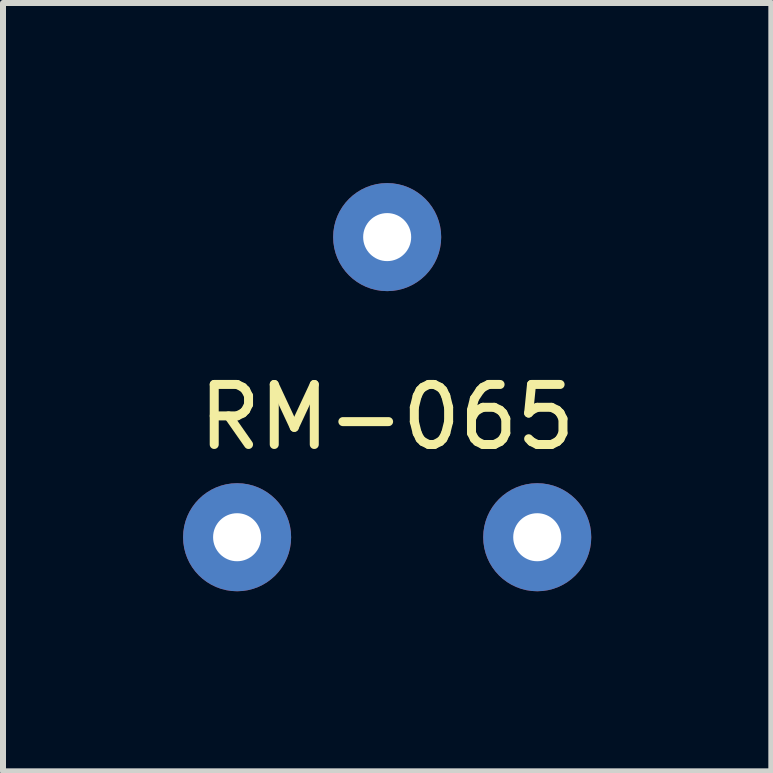
<source format=kicad_pcb>
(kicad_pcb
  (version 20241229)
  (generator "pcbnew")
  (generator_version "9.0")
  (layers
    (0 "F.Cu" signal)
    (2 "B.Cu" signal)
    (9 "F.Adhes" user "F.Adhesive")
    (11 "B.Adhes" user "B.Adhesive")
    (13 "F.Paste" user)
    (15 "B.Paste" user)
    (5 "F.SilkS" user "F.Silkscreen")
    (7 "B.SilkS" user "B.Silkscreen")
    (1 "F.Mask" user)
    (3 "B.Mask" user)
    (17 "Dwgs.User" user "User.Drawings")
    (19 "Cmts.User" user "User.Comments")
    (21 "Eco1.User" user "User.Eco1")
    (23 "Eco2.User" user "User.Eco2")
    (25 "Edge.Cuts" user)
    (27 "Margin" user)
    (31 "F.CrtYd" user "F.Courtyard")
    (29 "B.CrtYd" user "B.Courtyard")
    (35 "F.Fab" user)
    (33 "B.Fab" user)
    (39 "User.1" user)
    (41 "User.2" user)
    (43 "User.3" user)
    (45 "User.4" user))
  (footprint "RM-065"
    (layer "F.Cu")
    (at 3.4 3.4)
    (property "Reference" "RM-065" (at 0 0.5 0) (layer "F.SilkS") (effects (font (size 1 1) (thickness 0.15))))
    (attr through_hole)
    (pad "1" thru_hole circle (at -2.5 2.5) (size 1.8 1.8) (drill 0.8) (layers "*.Cu" "*.Mask"))
    (pad "2" thru_hole circle (at 0 -2.5) (size 1.8 1.8) (drill 0.8) (layers "*.Cu" "*.Mask"))
    (pad "3" thru_hole circle (at 2.5 2.5) (size 1.8 1.8) (drill 0.8) (layers "*.Cu" "*.Mask")))
  (gr_rect
    (start -3 -3)
    (end 9.8 9.8)
    (stroke (width 0.1) (type default))
    (fill no)
    (layer "Edge.Cuts")))
</source>
